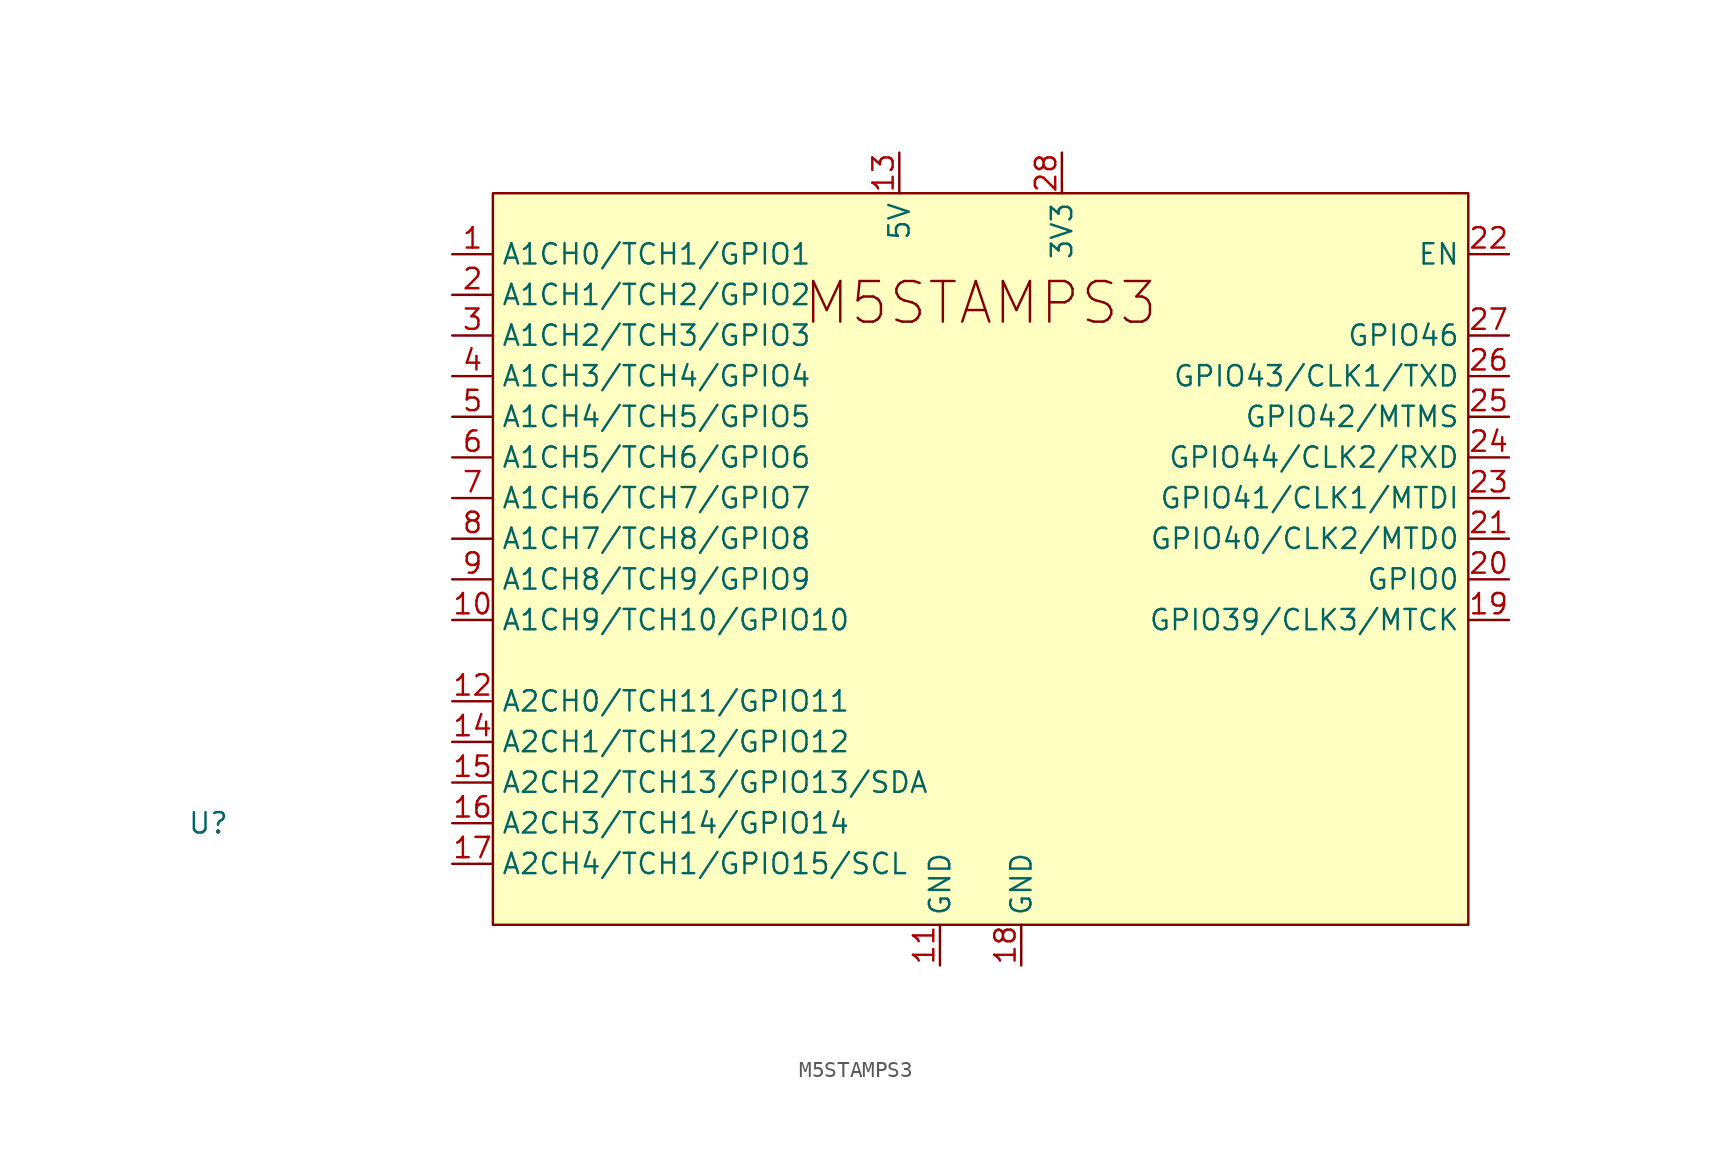
<source format=kicad_sym>
(kicad_symbol_lib
  (version 20231120)
  (generator "kicad_symbol_editor")
  (generator_version "8.0")
  (symbol "M5STAMPS3"
    (property "Reference" "U"
      (at -48.26 -2.54 0)
      (effects (font (size 1.27 1.27))))
    (property "Value" ""
      (at -48.26 -2.54 0)
      (effects (font (size 1.27 1.27))))
    (symbol "M5STAMPS3_0_1"
      (rectangle (start -30.48 36.83) (end 30.48 -8.89) (stroke (width 0) (type default)) (fill (type background))))
    (symbol "M5STAMPS3_1_0"
      (text "M5STAMPS3\n" (at 0 29.972 0) (effects (font (size 2.54 2.54)))))
    (symbol "M5STAMPS3_1_1"
      (pin bidirectional line (at -33.02 33.02 0) (length 2.54) (name "A1CH0/TCH1/GPIO1" (effects (font (size 1.27 1.27)))) (number "1" (effects (font (size 1.27 1.27)))))
      (pin bidirectional line (at -33.02 10.16 0) (length 2.54) (name "A1CH9/TCH10/GPIO10" (effects (font (size 1.27 1.27)))) (number "10" (effects (font (size 1.27 1.27)))))
      (pin power_in line (at -2.54 -11.43 90) (length 2.54) (name "GND" (effects (font (size 1.27 1.27)))) (number "11" (effects (font (size 1.27 1.27)))))
      (pin bidirectional line (at -33.02 5.08 0) (length 2.54) (name "A2CH0/TCH11/GPIO11" (effects (font (size 1.27 1.27)))) (number "12" (effects (font (size 1.27 1.27)))))
      (pin power_in line (at -5.08 39.37 270) (length 2.54) (name "5V" (effects (font (size 1.27 1.27)))) (number "13" (effects (font (size 1.27 1.27)))))
      (pin bidirectional line (at -33.02 2.54 0) (length 2.54) (name "A2CH1/TCH12/GPIO12" (effects (font (size 1.27 1.27)))) (number "14" (effects (font (size 1.27 1.27)))))
      (pin bidirectional line (at -33.02 0 0) (length 2.54) (name "A2CH2/TCH13/GPIO13/SDA" (effects (font (size 1.27 1.27)))) (number "15" (effects (font (size 1.27 1.27)))))
      (pin bidirectional line (at -33.02 -2.54 0) (length 2.54) (name "A2CH3/TCH14/GPIO14" (effects (font (size 1.27 1.27)))) (number "16" (effects (font (size 1.27 1.27)))))
      (pin bidirectional line (at -33.02 -5.08 0) (length 2.54) (name "A2CH4/TCH1/GPIO15/SCL" (effects (font (size 1.27 1.27)))) (number "17" (effects (font (size 1.27 1.27)))))
      (pin power_in line (at 2.54 -11.43 90) (length 2.54) (name "GND" (effects (font (size 1.27 1.27)))) (number "18" (effects (font (size 1.27 1.27)))))
      (pin bidirectional line (at 33.02 10.16 180) (length 2.54) (name "GPIO39/CLK3/MTCK" (effects (font (size 1.27 1.27)))) (number "19" (effects (font (size 1.27 1.27)))))
      (pin bidirectional line (at -33.02 30.48 0) (length 2.54) (name "A1CH1/TCH2/GPIO2" (effects (font (size 1.27 1.27)))) (number "2" (effects (font (size 1.27 1.27)))))
      (pin bidirectional line (at 33.02 12.7 180) (length 2.54) (name "GPIO0" (effects (font (size 1.27 1.27)))) (number "20" (effects (font (size 1.27 1.27)))))
      (pin bidirectional line (at 33.02 15.24 180) (length 2.54) (name "GPIO40/CLK2/MTD0" (effects (font (size 1.27 1.27)))) (number "21" (effects (font (size 1.27 1.27)))))
      (pin input line (at 33.02 33.02 180) (length 2.54) (name "EN" (effects (font (size 1.27 1.27)))) (number "22" (effects (font (size 1.27 1.27)))))
      (pin bidirectional line (at 33.02 17.78 180) (length 2.54) (name "GPIO41/CLK1/MTDI" (effects (font (size 1.27 1.27)))) (number "23" (effects (font (size 1.27 1.27)))))
      (pin bidirectional line (at 33.02 20.32 180) (length 2.54) (name "GPIO44/CLK2/RXD" (effects (font (size 1.27 1.27)))) (number "24" (effects (font (size 1.27 1.27)))))
      (pin bidirectional line (at 33.02 22.86 180) (length 2.54) (name "GPIO42/MTMS" (effects (font (size 1.27 1.27)))) (number "25" (effects (font (size 1.27 1.27)))))
      (pin bidirectional line (at 33.02 25.4 180) (length 2.54) (name "GPIO43/CLK1/TXD" (effects (font (size 1.27 1.27)))) (number "26" (effects (font (size 1.27 1.27)))))
      (pin bidirectional line (at 33.02 27.94 180) (length 2.54) (name "GPIO46" (effects (font (size 1.27 1.27)))) (number "27" (effects (font (size 1.27 1.27)))))
      (pin power_in line (at 5.08 39.37 270) (length 2.54) (name "3V3" (effects (font (size 1.27 1.27)))) (number "28" (effects (font (size 1.27 1.27)))))
      (pin bidirectional line (at -33.02 27.94 0) (length 2.54) (name "A1CH2/TCH3/GPIO3" (effects (font (size 1.27 1.27)))) (number "3" (effects (font (size 1.27 1.27)))))
      (pin bidirectional line (at -33.02 25.4 0) (length 2.54) (name "A1CH3/TCH4/GPIO4" (effects (font (size 1.27 1.27)))) (number "4" (effects (font (size 1.27 1.27)))))
      (pin bidirectional line (at -33.02 22.86 0) (length 2.54) (name "A1CH4/TCH5/GPIO5" (effects (font (size 1.27 1.27)))) (number "5" (effects (font (size 1.27 1.27)))))
      (pin bidirectional line (at -33.02 20.32 0) (length 2.54) (name "A1CH5/TCH6/GPIO6" (effects (font (size 1.27 1.27)))) (number "6" (effects (font (size 1.27 1.27)))))
      (pin bidirectional line (at -33.02 17.78 0) (length 2.54) (name "A1CH6/TCH7/GPIO7" (effects (font (size 1.27 1.27)))) (number "7" (effects (font (size 1.27 1.27)))))
      (pin bidirectional line (at -33.02 15.24 0) (length 2.54) (name "A1CH7/TCH8/GPIO8" (effects (font (size 1.27 1.27)))) (number "8" (effects (font (size 1.27 1.27)))))
      (pin bidirectional line (at -33.02 12.7 0) (length 2.54) (name "A1CH8/TCH9/GPIO9" (effects (font (size 1.27 1.27)))) (number "9" (effects (font (size 1.27 1.27))))))))
</source>
